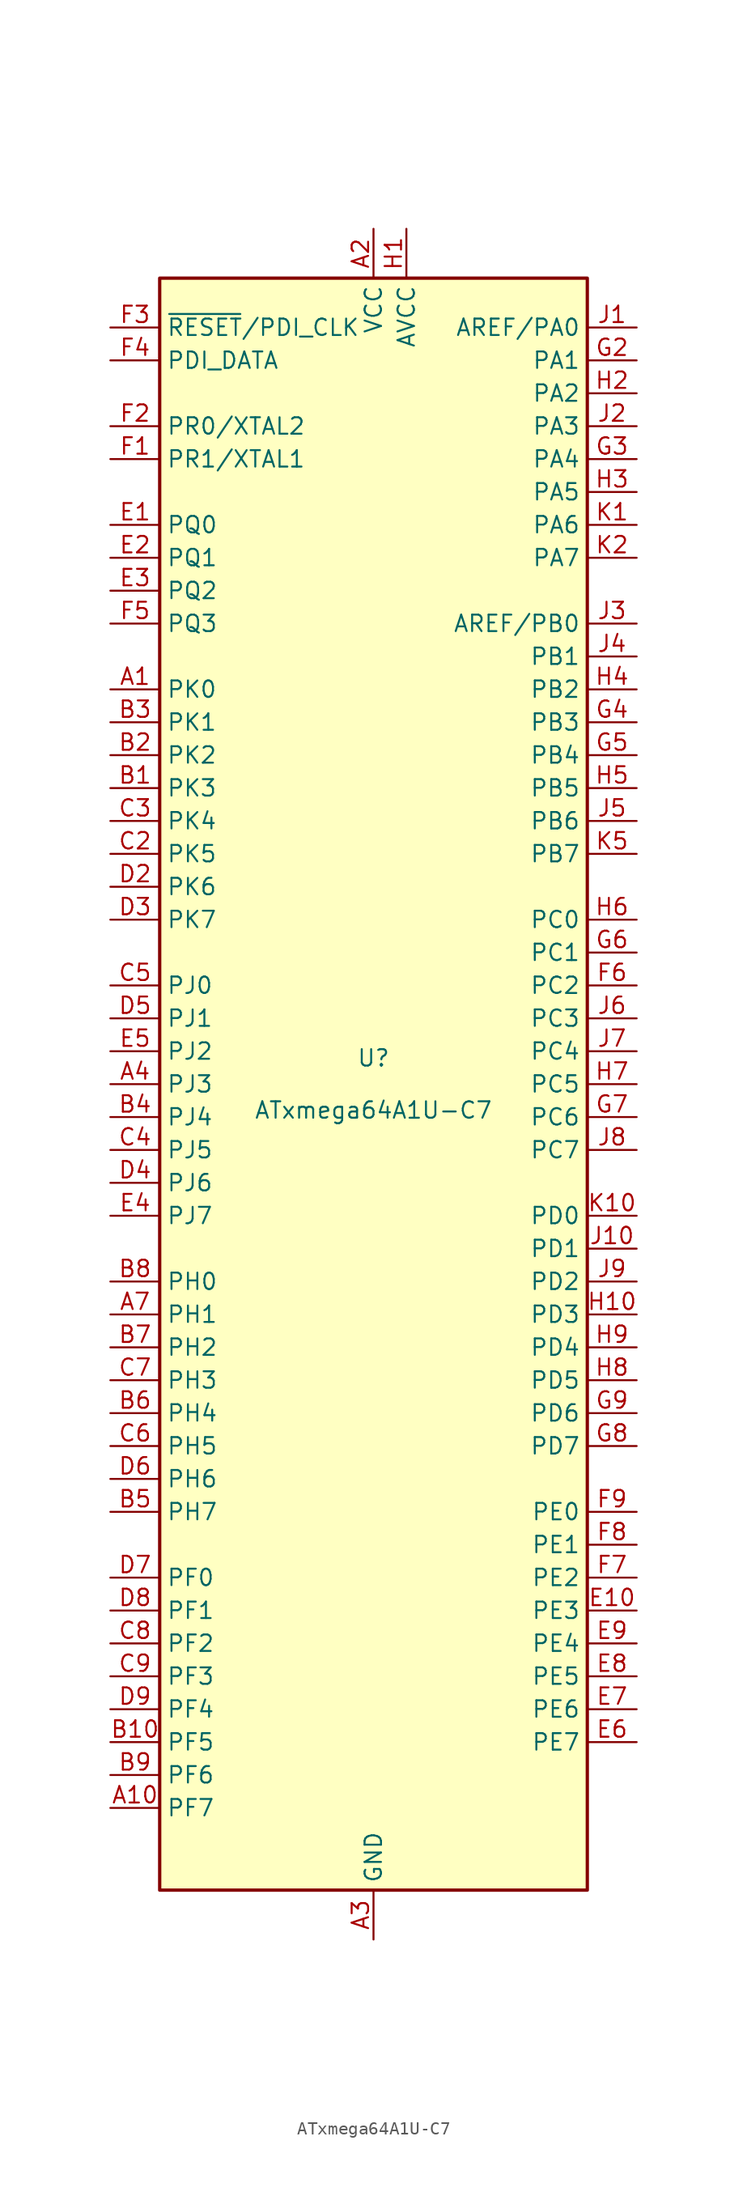
<source format=kicad_sym>
(kicad_symbol_lib
  (version 20211014)
  (generator kicad_symbol_editor)
  (symbol "ATxmega64A1U-C7"
    (property "Reference" "U"
      (at 0 1.27 0)
      (effects (font (size 1.27 1.27)) (justify bottom)))
    (property "Value" "ATxmega64A1U-C7"
      (at 0 -1.27 0)
      (effects (font (size 1.27 1.27)) (justify top)))
    (symbol "ATxmega64A1U-C7_0_1"
      (rectangle (start -16.51 -62.23) (end 16.51 62.23) (stroke (width 0.254) (type default) (color 0 0 0 0)) (fill (type background))))
    (symbol "ATxmega64A1U-C7_1_1"
      (pin bidirectional line (at -20.32 30.48 0) (length 3.81) (name "PK0" (effects (font (size 1.27 1.27)))) (number "A1" (effects (font (size 1.27 1.27)))))
      (pin bidirectional line (at -20.32 -55.88 0) (length 3.81) (name "PF7" (effects (font (size 1.27 1.27)))) (number "A10" (effects (font (size 1.27 1.27)))))
      (pin power_in line (at 0 66.04 270) (length 3.81) (name "VCC" (effects (font (size 1.27 1.27)))) (number "A2" (effects (font (size 1.27 1.27)))))
      (pin power_in line (at 0 -66.04 90) (length 3.81) (name "GND" (effects (font (size 1.27 1.27)))) (number "A3" (effects (font (size 1.27 1.27)))))
      (pin bidirectional line (at -20.32 0 0) (length 3.81) (name "PJ3" (effects (font (size 1.27 1.27)))) (number "A4" (effects (font (size 1.27 1.27)))))
      (pin passive line (at 0 66.04 270) (length 3.81) hide (name "VCC" (effects (font (size 1.27 1.27)))) (number "A5" (effects (font (size 1.27 1.27)))))
      (pin passive line (at 0 -66.04 90) (length 3.81) hide (name "GND" (effects (font (size 1.27 1.27)))) (number "A6" (effects (font (size 1.27 1.27)))))
      (pin bidirectional line (at -20.32 -17.78 0) (length 3.81) (name "PH1" (effects (font (size 1.27 1.27)))) (number "A7" (effects (font (size 1.27 1.27)))))
      (pin passive line (at 0 -66.04 90) (length 3.81) hide (name "GND" (effects (font (size 1.27 1.27)))) (number "A8" (effects (font (size 1.27 1.27)))))
      (pin passive line (at 0 66.04 270) (length 3.81) hide (name "VCC" (effects (font (size 1.27 1.27)))) (number "A9" (effects (font (size 1.27 1.27)))))
      (pin bidirectional line (at -20.32 22.86 0) (length 3.81) (name "PK3" (effects (font (size 1.27 1.27)))) (number "B1" (effects (font (size 1.27 1.27)))))
      (pin bidirectional line (at -20.32 -50.8 0) (length 3.81) (name "PF5" (effects (font (size 1.27 1.27)))) (number "B10" (effects (font (size 1.27 1.27)))))
      (pin bidirectional line (at -20.32 25.4 0) (length 3.81) (name "PK2" (effects (font (size 1.27 1.27)))) (number "B2" (effects (font (size 1.27 1.27)))))
      (pin bidirectional line (at -20.32 27.94 0) (length 3.81) (name "PK1" (effects (font (size 1.27 1.27)))) (number "B3" (effects (font (size 1.27 1.27)))))
      (pin bidirectional line (at -20.32 -2.54 0) (length 3.81) (name "PJ4" (effects (font (size 1.27 1.27)))) (number "B4" (effects (font (size 1.27 1.27)))))
      (pin bidirectional line (at -20.32 -33.02 0) (length 3.81) (name "PH7" (effects (font (size 1.27 1.27)))) (number "B5" (effects (font (size 1.27 1.27)))))
      (pin bidirectional line (at -20.32 -25.4 0) (length 3.81) (name "PH4" (effects (font (size 1.27 1.27)))) (number "B6" (effects (font (size 1.27 1.27)))))
      (pin bidirectional line (at -20.32 -20.32 0) (length 3.81) (name "PH2" (effects (font (size 1.27 1.27)))) (number "B7" (effects (font (size 1.27 1.27)))))
      (pin bidirectional line (at -20.32 -15.24 0) (length 3.81) (name "PH0" (effects (font (size 1.27 1.27)))) (number "B8" (effects (font (size 1.27 1.27)))))
      (pin bidirectional line (at -20.32 -53.34 0) (length 3.81) (name "PF6" (effects (font (size 1.27 1.27)))) (number "B9" (effects (font (size 1.27 1.27)))))
      (pin passive line (at 0 66.04 270) (length 3.81) hide (name "VCC" (effects (font (size 1.27 1.27)))) (number "C1" (effects (font (size 1.27 1.27)))))
      (pin passive line (at 0 66.04 270) (length 3.81) hide (name "VCC" (effects (font (size 1.27 1.27)))) (number "C10" (effects (font (size 1.27 1.27)))))
      (pin bidirectional line (at -20.32 17.78 0) (length 3.81) (name "PK5" (effects (font (size 1.27 1.27)))) (number "C2" (effects (font (size 1.27 1.27)))))
      (pin bidirectional line (at -20.32 20.32 0) (length 3.81) (name "PK4" (effects (font (size 1.27 1.27)))) (number "C3" (effects (font (size 1.27 1.27)))))
      (pin bidirectional line (at -20.32 -5.08 0) (length 3.81) (name "PJ5" (effects (font (size 1.27 1.27)))) (number "C4" (effects (font (size 1.27 1.27)))))
      (pin bidirectional line (at -20.32 7.62 0) (length 3.81) (name "PJ0" (effects (font (size 1.27 1.27)))) (number "C5" (effects (font (size 1.27 1.27)))))
      (pin bidirectional line (at -20.32 -27.94 0) (length 3.81) (name "PH5" (effects (font (size 1.27 1.27)))) (number "C6" (effects (font (size 1.27 1.27)))))
      (pin bidirectional line (at -20.32 -22.86 0) (length 3.81) (name "PH3" (effects (font (size 1.27 1.27)))) (number "C7" (effects (font (size 1.27 1.27)))))
      (pin bidirectional line (at -20.32 -43.18 0) (length 3.81) (name "PF2" (effects (font (size 1.27 1.27)))) (number "C8" (effects (font (size 1.27 1.27)))))
      (pin bidirectional line (at -20.32 -45.72 0) (length 3.81) (name "PF3" (effects (font (size 1.27 1.27)))) (number "C9" (effects (font (size 1.27 1.27)))))
      (pin passive line (at 0 -66.04 90) (length 3.81) hide (name "GND" (effects (font (size 1.27 1.27)))) (number "D1" (effects (font (size 1.27 1.27)))))
      (pin passive line (at 0 -66.04 90) (length 3.81) hide (name "GND" (effects (font (size 1.27 1.27)))) (number "D10" (effects (font (size 1.27 1.27)))))
      (pin bidirectional line (at -20.32 15.24 0) (length 3.81) (name "PK6" (effects (font (size 1.27 1.27)))) (number "D2" (effects (font (size 1.27 1.27)))))
      (pin bidirectional line (at -20.32 12.7 0) (length 3.81) (name "PK7" (effects (font (size 1.27 1.27)))) (number "D3" (effects (font (size 1.27 1.27)))))
      (pin bidirectional line (at -20.32 -7.62 0) (length 3.81) (name "PJ6" (effects (font (size 1.27 1.27)))) (number "D4" (effects (font (size 1.27 1.27)))))
      (pin bidirectional line (at -20.32 5.08 0) (length 3.81) (name "PJ1" (effects (font (size 1.27 1.27)))) (number "D5" (effects (font (size 1.27 1.27)))))
      (pin bidirectional line (at -20.32 -30.48 0) (length 3.81) (name "PH6" (effects (font (size 1.27 1.27)))) (number "D6" (effects (font (size 1.27 1.27)))))
      (pin bidirectional line (at -20.32 -38.1 0) (length 3.81) (name "PF0" (effects (font (size 1.27 1.27)))) (number "D7" (effects (font (size 1.27 1.27)))))
      (pin bidirectional line (at -20.32 -40.64 0) (length 3.81) (name "PF1" (effects (font (size 1.27 1.27)))) (number "D8" (effects (font (size 1.27 1.27)))))
      (pin bidirectional line (at -20.32 -48.26 0) (length 3.81) (name "PF4" (effects (font (size 1.27 1.27)))) (number "D9" (effects (font (size 1.27 1.27)))))
      (pin bidirectional line (at -20.32 43.18 0) (length 3.81) (name "PQ0" (effects (font (size 1.27 1.27)))) (number "E1" (effects (font (size 1.27 1.27)))))
      (pin bidirectional line (at 20.32 -40.64 180) (length 3.81) (name "PE3" (effects (font (size 1.27 1.27)))) (number "E10" (effects (font (size 1.27 1.27)))))
      (pin bidirectional line (at -20.32 40.64 0) (length 3.81) (name "PQ1" (effects (font (size 1.27 1.27)))) (number "E2" (effects (font (size 1.27 1.27)))))
      (pin bidirectional line (at -20.32 38.1 0) (length 3.81) (name "PQ2" (effects (font (size 1.27 1.27)))) (number "E3" (effects (font (size 1.27 1.27)))))
      (pin bidirectional line (at -20.32 -10.16 0) (length 3.81) (name "PJ7" (effects (font (size 1.27 1.27)))) (number "E4" (effects (font (size 1.27 1.27)))))
      (pin bidirectional line (at -20.32 2.54 0) (length 3.81) (name "PJ2" (effects (font (size 1.27 1.27)))) (number "E5" (effects (font (size 1.27 1.27)))))
      (pin bidirectional line (at 20.32 -50.8 180) (length 3.81) (name "PE7" (effects (font (size 1.27 1.27)))) (number "E6" (effects (font (size 1.27 1.27)))))
      (pin bidirectional line (at 20.32 -48.26 180) (length 3.81) (name "PE6" (effects (font (size 1.27 1.27)))) (number "E7" (effects (font (size 1.27 1.27)))))
      (pin bidirectional line (at 20.32 -45.72 180) (length 3.81) (name "PE5" (effects (font (size 1.27 1.27)))) (number "E8" (effects (font (size 1.27 1.27)))))
      (pin bidirectional line (at 20.32 -43.18 180) (length 3.81) (name "PE4" (effects (font (size 1.27 1.27)))) (number "E9" (effects (font (size 1.27 1.27)))))
      (pin bidirectional line (at -20.32 48.26 0) (length 3.81) (name "PR1/XTAL1" (effects (font (size 1.27 1.27)))) (number "F1" (effects (font (size 1.27 1.27)))))
      (pin passive line (at 0 66.04 270) (length 3.81) hide (name "VCC" (effects (font (size 1.27 1.27)))) (number "F10" (effects (font (size 1.27 1.27)))))
      (pin bidirectional line (at -20.32 50.8 0) (length 3.81) (name "PR0/XTAL2" (effects (font (size 1.27 1.27)))) (number "F2" (effects (font (size 1.27 1.27)))))
      (pin input line (at -20.32 58.42 0) (length 3.81) (name "~{RESET}/PDI_CLK" (effects (font (size 1.27 1.27)))) (number "F3" (effects (font (size 1.27 1.27)))))
      (pin bidirectional line (at -20.32 55.88 0) (length 3.81) (name "PDI_DATA" (effects (font (size 1.27 1.27)))) (number "F4" (effects (font (size 1.27 1.27)))))
      (pin bidirectional line (at -20.32 35.56 0) (length 3.81) (name "PQ3" (effects (font (size 1.27 1.27)))) (number "F5" (effects (font (size 1.27 1.27)))))
      (pin bidirectional line (at 20.32 7.62 180) (length 3.81) (name "PC2" (effects (font (size 1.27 1.27)))) (number "F6" (effects (font (size 1.27 1.27)))))
      (pin bidirectional line (at 20.32 -38.1 180) (length 3.81) (name "PE2" (effects (font (size 1.27 1.27)))) (number "F7" (effects (font (size 1.27 1.27)))))
      (pin bidirectional line (at 20.32 -35.56 180) (length 3.81) (name "PE1" (effects (font (size 1.27 1.27)))) (number "F8" (effects (font (size 1.27 1.27)))))
      (pin bidirectional line (at 20.32 -33.02 180) (length 3.81) (name "PE0" (effects (font (size 1.27 1.27)))) (number "F9" (effects (font (size 1.27 1.27)))))
      (pin passive line (at 0 -66.04 90) (length 3.81) hide (name "GND" (effects (font (size 1.27 1.27)))) (number "G1" (effects (font (size 1.27 1.27)))))
      (pin passive line (at 0 -66.04 90) (length 3.81) hide (name "GND" (effects (font (size 1.27 1.27)))) (number "G10" (effects (font (size 1.27 1.27)))))
      (pin bidirectional line (at 20.32 55.88 180) (length 3.81) (name "PA1" (effects (font (size 1.27 1.27)))) (number "G2" (effects (font (size 1.27 1.27)))))
      (pin bidirectional line (at 20.32 48.26 180) (length 3.81) (name "PA4" (effects (font (size 1.27 1.27)))) (number "G3" (effects (font (size 1.27 1.27)))))
      (pin bidirectional line (at 20.32 27.94 180) (length 3.81) (name "PB3" (effects (font (size 1.27 1.27)))) (number "G4" (effects (font (size 1.27 1.27)))))
      (pin bidirectional line (at 20.32 25.4 180) (length 3.81) (name "PB4" (effects (font (size 1.27 1.27)))) (number "G5" (effects (font (size 1.27 1.27)))))
      (pin bidirectional line (at 20.32 10.16 180) (length 3.81) (name "PC1" (effects (font (size 1.27 1.27)))) (number "G6" (effects (font (size 1.27 1.27)))))
      (pin bidirectional line (at 20.32 -2.54 180) (length 3.81) (name "PC6" (effects (font (size 1.27 1.27)))) (number "G7" (effects (font (size 1.27 1.27)))))
      (pin bidirectional line (at 20.32 -27.94 180) (length 3.81) (name "PD7" (effects (font (size 1.27 1.27)))) (number "G8" (effects (font (size 1.27 1.27)))))
      (pin bidirectional line (at 20.32 -25.4 180) (length 3.81) (name "PD6" (effects (font (size 1.27 1.27)))) (number "G9" (effects (font (size 1.27 1.27)))))
      (pin power_in line (at 2.54 66.04 270) (length 3.81) (name "AVCC" (effects (font (size 1.27 1.27)))) (number "H1" (effects (font (size 1.27 1.27)))))
      (pin bidirectional line (at 20.32 -17.78 180) (length 3.81) (name "PD3" (effects (font (size 1.27 1.27)))) (number "H10" (effects (font (size 1.27 1.27)))))
      (pin bidirectional line (at 20.32 53.34 180) (length 3.81) (name "PA2" (effects (font (size 1.27 1.27)))) (number "H2" (effects (font (size 1.27 1.27)))))
      (pin bidirectional line (at 20.32 45.72 180) (length 3.81) (name "PA5" (effects (font (size 1.27 1.27)))) (number "H3" (effects (font (size 1.27 1.27)))))
      (pin bidirectional line (at 20.32 30.48 180) (length 3.81) (name "PB2" (effects (font (size 1.27 1.27)))) (number "H4" (effects (font (size 1.27 1.27)))))
      (pin bidirectional line (at 20.32 22.86 180) (length 3.81) (name "PB5" (effects (font (size 1.27 1.27)))) (number "H5" (effects (font (size 1.27 1.27)))))
      (pin bidirectional line (at 20.32 12.7 180) (length 3.81) (name "PC0" (effects (font (size 1.27 1.27)))) (number "H6" (effects (font (size 1.27 1.27)))))
      (pin bidirectional line (at 20.32 0 180) (length 3.81) (name "PC5" (effects (font (size 1.27 1.27)))) (number "H7" (effects (font (size 1.27 1.27)))))
      (pin bidirectional line (at 20.32 -22.86 180) (length 3.81) (name "PD5" (effects (font (size 1.27 1.27)))) (number "H8" (effects (font (size 1.27 1.27)))))
      (pin bidirectional line (at 20.32 -20.32 180) (length 3.81) (name "PD4" (effects (font (size 1.27 1.27)))) (number "H9" (effects (font (size 1.27 1.27)))))
      (pin bidirectional line (at 20.32 58.42 180) (length 3.81) (name "AREF/PA0" (effects (font (size 1.27 1.27)))) (number "J1" (effects (font (size 1.27 1.27)))))
      (pin bidirectional line (at 20.32 -12.7 180) (length 3.81) (name "PD1" (effects (font (size 1.27 1.27)))) (number "J10" (effects (font (size 1.27 1.27)))))
      (pin bidirectional line (at 20.32 50.8 180) (length 3.81) (name "PA3" (effects (font (size 1.27 1.27)))) (number "J2" (effects (font (size 1.27 1.27)))))
      (pin bidirectional line (at 20.32 35.56 180) (length 3.81) (name "AREF/PB0" (effects (font (size 1.27 1.27)))) (number "J3" (effects (font (size 1.27 1.27)))))
      (pin bidirectional line (at 20.32 33.02 180) (length 3.81) (name "PB1" (effects (font (size 1.27 1.27)))) (number "J4" (effects (font (size 1.27 1.27)))))
      (pin bidirectional line (at 20.32 20.32 180) (length 3.81) (name "PB6" (effects (font (size 1.27 1.27)))) (number "J5" (effects (font (size 1.27 1.27)))))
      (pin bidirectional line (at 20.32 5.08 180) (length 3.81) (name "PC3" (effects (font (size 1.27 1.27)))) (number "J6" (effects (font (size 1.27 1.27)))))
      (pin bidirectional line (at 20.32 2.54 180) (length 3.81) (name "PC4" (effects (font (size 1.27 1.27)))) (number "J7" (effects (font (size 1.27 1.27)))))
      (pin bidirectional line (at 20.32 -5.08 180) (length 3.81) (name "PC7" (effects (font (size 1.27 1.27)))) (number "J8" (effects (font (size 1.27 1.27)))))
      (pin bidirectional line (at 20.32 -15.24 180) (length 3.81) (name "PD2" (effects (font (size 1.27 1.27)))) (number "J9" (effects (font (size 1.27 1.27)))))
      (pin bidirectional line (at 20.32 43.18 180) (length 3.81) (name "PA6" (effects (font (size 1.27 1.27)))) (number "K1" (effects (font (size 1.27 1.27)))))
      (pin bidirectional line (at 20.32 -10.16 180) (length 3.81) (name "PD0" (effects (font (size 1.27 1.27)))) (number "K10" (effects (font (size 1.27 1.27)))))
      (pin bidirectional line (at 20.32 40.64 180) (length 3.81) (name "PA7" (effects (font (size 1.27 1.27)))) (number "K2" (effects (font (size 1.27 1.27)))))
      (pin passive line (at 0 -66.04 90) (length 3.81) hide (name "GND" (effects (font (size 1.27 1.27)))) (number "K3" (effects (font (size 1.27 1.27)))))
      (pin passive line (at 2.54 66.04 270) (length 3.81) hide (name "AVCC" (effects (font (size 1.27 1.27)))) (number "K4" (effects (font (size 1.27 1.27)))))
      (pin bidirectional line (at 20.32 17.78 180) (length 3.81) (name "PB7" (effects (font (size 1.27 1.27)))) (number "K5" (effects (font (size 1.27 1.27)))))
      (pin passive line (at 0 66.04 270) (length 3.81) hide (name "VCC" (effects (font (size 1.27 1.27)))) (number "K6" (effects (font (size 1.27 1.27)))))
      (pin passive line (at 0 -66.04 90) (length 3.81) hide (name "GND" (effects (font (size 1.27 1.27)))) (number "K7" (effects (font (size 1.27 1.27)))))
      (pin passive line (at 0 66.04 270) (length 3.81) hide (name "VCC" (effects (font (size 1.27 1.27)))) (number "K8" (effects (font (size 1.27 1.27)))))
      (pin passive line (at 0 -66.04 90) (length 3.81) hide (name "GND" (effects (font (size 1.27 1.27)))) (number "K9" (effects (font (size 1.27 1.27))))))))
</source>
